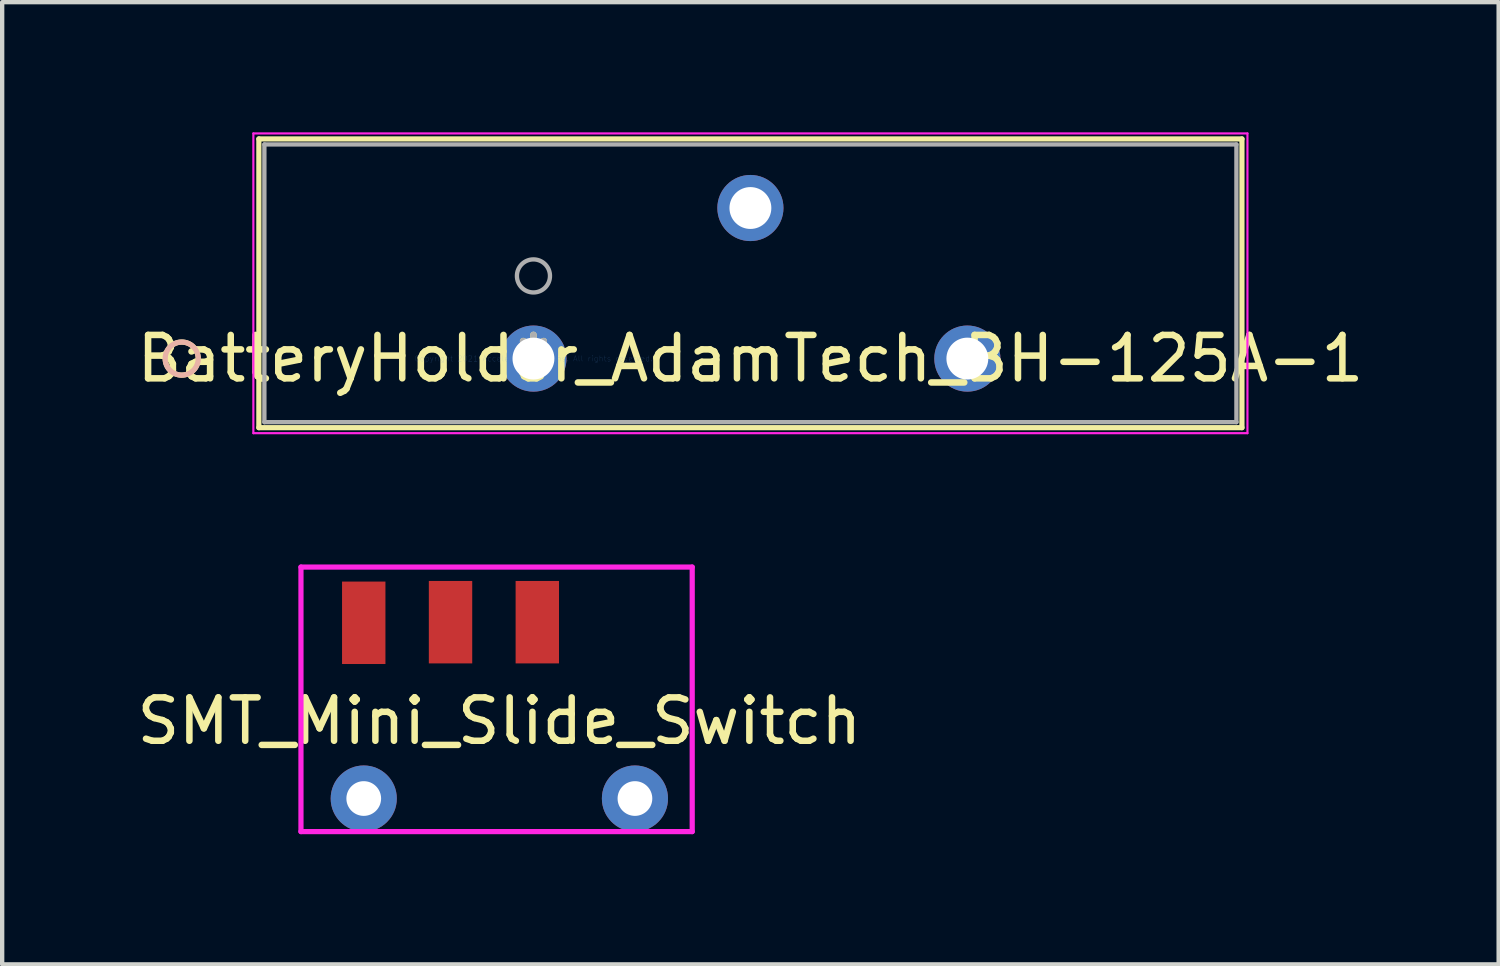
<source format=kicad_pcb>
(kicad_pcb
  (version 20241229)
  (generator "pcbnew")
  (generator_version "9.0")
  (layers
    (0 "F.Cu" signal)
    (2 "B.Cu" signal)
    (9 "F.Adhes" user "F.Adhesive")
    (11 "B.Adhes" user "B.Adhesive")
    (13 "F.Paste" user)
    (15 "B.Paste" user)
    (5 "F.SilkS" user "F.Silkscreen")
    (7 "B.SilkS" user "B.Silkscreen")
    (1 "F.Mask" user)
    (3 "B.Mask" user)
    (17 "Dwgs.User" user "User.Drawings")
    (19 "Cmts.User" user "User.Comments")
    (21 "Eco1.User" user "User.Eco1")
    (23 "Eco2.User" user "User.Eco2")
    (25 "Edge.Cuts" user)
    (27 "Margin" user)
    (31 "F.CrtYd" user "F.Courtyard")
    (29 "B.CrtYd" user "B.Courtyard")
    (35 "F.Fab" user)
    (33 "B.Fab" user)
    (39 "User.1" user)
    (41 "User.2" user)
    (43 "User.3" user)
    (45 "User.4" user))
  (footprint "SMT_Mini_Slide_Switch"
    (layer "F.Cu")
    (at 8.458 13.067)
    (property "Reference" "SMT_Mini_Slide_Switch" (at 0 0.5 0) (layer "F.SilkS") (effects (font (size 1 1) (thickness 0.15))))
    (attr through_hole)
    (fp_line (start -4.572 -3.048) (end -4.572 3.048) (stroke (width 0.12) (type solid)) (layer "F.CrtYd"))
    (fp_line (start -4.572 3.048) (end 4.445 3.048) (stroke (width 0.12) (type solid)) (layer "F.CrtYd"))
    (fp_line (start 4.445 -3.048) (end -4.572 -3.048) (stroke (width 0.12) (type solid)) (layer "F.CrtYd"))
    (fp_line (start 4.445 3.048) (end 4.445 -3.048) (stroke (width 0.12) (type solid)) (layer "F.CrtYd"))
    (pad "" thru_hole circle (at -3.125 2.286) (size 1.524 1.524) (drill 0.8) (layers "*.Cu" "*.Mask"))
    (pad "" thru_hole circle (at 3.125 2.286) (size 1.524 1.524) (drill 0.8) (layers "*.Cu" "*.Mask"))
    (pad "1" smd rect (at -3.125 -1.764) (size 1 1.9) (layers "F.Cu" "F.Mask" "F.Paste"))
    (pad "2" smd rect (at -1.125 -1.778) (size 1 1.9) (layers "F.Cu" "F.Mask" "F.Paste"))
    (pad "3" smd rect (at 0.875 -1.778) (size 1 1.9) (layers "F.Cu" "F.Mask" "F.Paste")))
  (footprint "BatteryHolder_AdamTech_BH-125A-1"
    (layer "F.Cu")
    (at 9.244 5.214)
    (property "Reference" "BatteryHolder_AdamTech_BH-125A-1" (at 5 0 0) (layer "F.SilkS") (effects (font (size 1 1) (thickness 0.15))))
    (attr through_hole)
    (fp_line (start -6.328 -5.062) (end -6.328 1.592) (stroke (width 0.12) (type solid)) (layer "F.SilkS"))
    (fp_line (start -6.328 1.592) (end 16.328 1.592) (stroke (width 0.12) (type solid)) (layer "F.SilkS"))
    (fp_line (start 16.328 -5.062) (end -6.328 -5.062) (stroke (width 0.12) (type solid)) (layer "F.SilkS"))
    (fp_line (start 16.328 1.592) (end 16.328 -5.062) (stroke (width 0.12) (type solid)) (layer "F.SilkS"))
    (fp_circle (center -8.106 0) (end -7.725 0) (stroke (width 0.12) (type solid)) (fill no) (layer "F.SilkS"))
    (fp_circle (center -8.106 0) (end -7.725 0) (stroke (width 0.12) (type solid)) (fill no) (layer "B.SilkS"))
    (fp_line (start -6.455 -5.189) (end -6.455 1.719) (stroke (width 0.05) (type solid)) (layer "F.CrtYd"))
    (fp_line (start -6.455 1.719) (end 16.455 1.719) (stroke (width 0.05) (type solid)) (layer "F.CrtYd"))
    (fp_line (start 16.455 -5.189) (end -6.455 -5.189) (stroke (width 0.05) (type solid)) (layer "F.CrtYd"))
    (fp_line (start 16.455 1.719) (end 16.455 -5.189) (stroke (width 0.05) (type solid)) (layer "F.CrtYd"))
    (fp_line (start -6.201 -4.935) (end -6.201 1.465) (stroke (width 0.1) (type solid)) (layer "F.Fab"))
    (fp_line (start -6.201 1.465) (end 16.201 1.465) (stroke (width 0.1) (type solid)) (layer "F.Fab"))
    (fp_line (start 16.201 -4.935) (end -6.201 -4.935) (stroke (width 0.1) (type solid)) (layer "F.Fab"))
    (fp_line (start 16.201 1.465) (end 16.201 -4.935) (stroke (width 0.1) (type solid)) (layer "F.Fab"))
    (fp_circle (center 0 -1.905) (end 0.381 -1.905) (stroke (width 0.1) (type solid)) (fill no) (layer "F.Fab"))
    (fp_text user "*" (at 0 0 0) (layer "F.SilkS") (effects (font (size 1 1) (thickness 0.15))))
    (fp_text user "Copyright 2021 Accelerated Designs. All rights reserved." (at 0 0 0) (layer "Cmts.User") (effects (font (size 0.127 0.127) (thickness 0.002))))
    (fp_text user "*" (at 0 0 0) (layer "F.Fab") (effects (font (size 1 1) (thickness 0.15))))
    (pad "1" thru_hole circle (at 0 0) (size 1.524 1.524) (drill 0.965) (layers "*.Cu" "*.Mask"))
    (pad "2" thru_hole circle (at 5 -3.47) (size 1.524 1.524) (drill 0.965) (layers "*.Cu" "*.Mask"))
    (pad "3" thru_hole circle (at 10 0) (size 1.524 1.524) (drill 0.965) (layers "*.Cu" "*.Mask")))
  (gr_rect
    (start -3 -3)
    (end 31.488 19.175)
    (stroke (width 0.1) (type default))
    (fill no)
    (layer "Edge.Cuts")))
</source>
